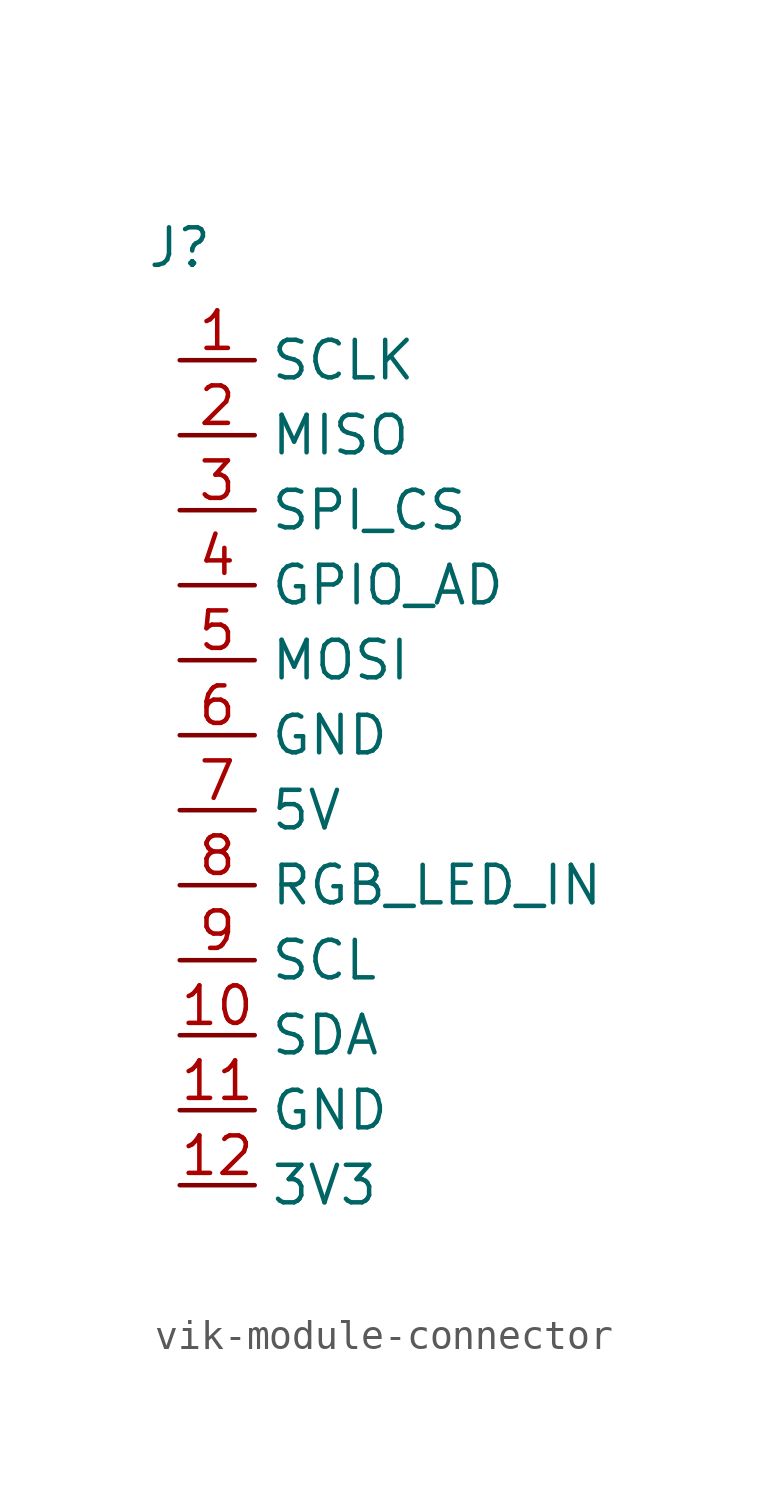
<source format=kicad_sym>
(kicad_symbol_lib
  (version 20220914)
  (generator kicad_symbol_editor)
  (symbol "vik-module-connector"
    (property "Reference" "J"
      (at 0 17.78 0)
      (effects (font (size 1.27 1.27))))
    (property "Value" ""
      (at 0 6.35 0)
      (effects (font (size 1.27 1.27))))
    (symbol "vik-module-connector_1_1"
      (pin input line (at 0 13.97 0) (length 2.54) (name "SCLK" (effects (font (size 1.27 1.27)))) (number "1" (effects (font (size 1.27 1.27)))))
      (pin input line (at 0 -8.89 0) (length 2.54) (name "SDA" (effects (font (size 1.27 1.27)))) (number "10" (effects (font (size 1.27 1.27)))))
      (pin power_in line (at 0 -11.43 0) (length 2.54) (name "GND" (effects (font (size 1.27 1.27)))) (number "11" (effects (font (size 1.27 1.27)))))
      (pin power_in line (at 0 -13.97 0) (length 2.54) (name "3V3" (effects (font (size 1.27 1.27)))) (number "12" (effects (font (size 1.27 1.27)))))
      (pin input line (at 0 11.43 0) (length 2.54) (name "MISO" (effects (font (size 1.27 1.27)))) (number "2" (effects (font (size 1.27 1.27)))))
      (pin input line (at 0 8.89 0) (length 2.54) (name "SPI_CS" (effects (font (size 1.27 1.27)))) (number "3" (effects (font (size 1.27 1.27)))))
      (pin input line (at 0 6.35 0) (length 2.54) (name "GPIO_AD" (effects (font (size 1.27 1.27)))) (number "4" (effects (font (size 1.27 1.27)))))
      (pin input line (at 0 3.81 0) (length 2.54) (name "MOSI" (effects (font (size 1.27 1.27)))) (number "5" (effects (font (size 1.27 1.27)))))
      (pin power_in line (at 0 1.27 0) (length 2.54) (name "GND" (effects (font (size 1.27 1.27)))) (number "6" (effects (font (size 1.27 1.27)))))
      (pin power_in line (at 0 -1.27 0) (length 2.54) (name "5V" (effects (font (size 1.27 1.27)))) (number "7" (effects (font (size 1.27 1.27)))))
      (pin input line (at 0 -3.81 0) (length 2.54) (name "RGB_LED_IN" (effects (font (size 1.27 1.27)))) (number "8" (effects (font (size 1.27 1.27)))))
      (pin input line (at 0 -6.35 0) (length 2.54) (name "SCL" (effects (font (size 1.27 1.27)))) (number "9" (effects (font (size 1.27 1.27))))))))
</source>
